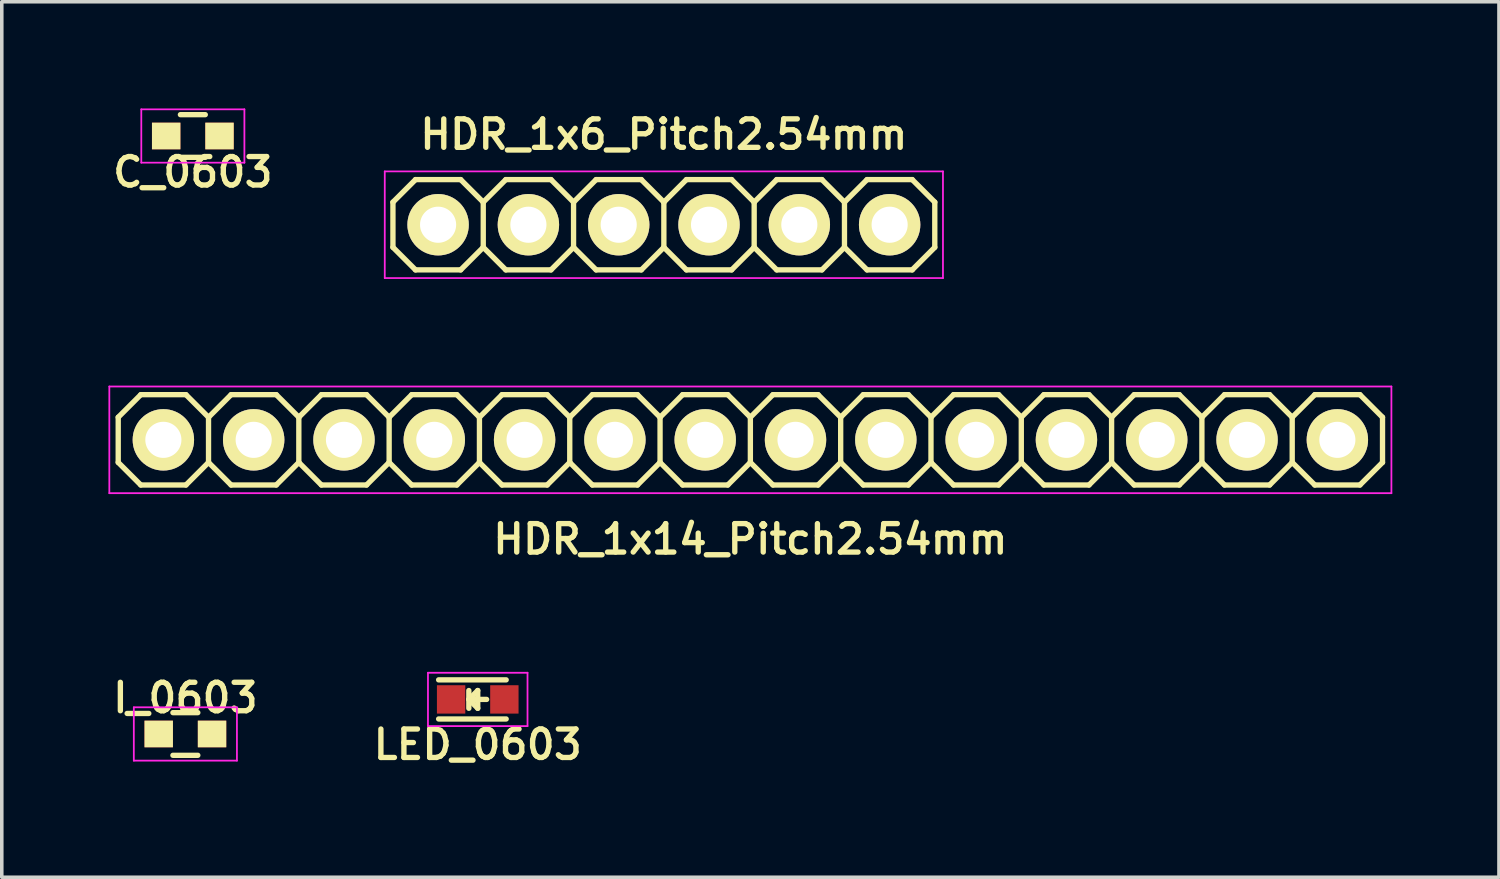
<source format=kicad_pcb>
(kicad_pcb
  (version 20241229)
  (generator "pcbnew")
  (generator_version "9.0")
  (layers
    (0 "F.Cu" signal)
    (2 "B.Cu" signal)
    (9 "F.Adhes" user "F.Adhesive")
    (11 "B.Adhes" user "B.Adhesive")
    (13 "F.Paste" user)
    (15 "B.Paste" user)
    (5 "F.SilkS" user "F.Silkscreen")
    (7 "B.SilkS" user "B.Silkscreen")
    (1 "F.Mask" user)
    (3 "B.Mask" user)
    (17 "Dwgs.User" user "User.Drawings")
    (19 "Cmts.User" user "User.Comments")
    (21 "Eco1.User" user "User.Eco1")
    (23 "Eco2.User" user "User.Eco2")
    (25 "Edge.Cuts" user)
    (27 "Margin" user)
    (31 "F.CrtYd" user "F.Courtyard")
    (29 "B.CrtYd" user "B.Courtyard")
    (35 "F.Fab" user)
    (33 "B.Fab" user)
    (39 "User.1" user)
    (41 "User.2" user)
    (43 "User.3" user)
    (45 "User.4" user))
  (footprint "LED_0603"
    (layer "F.Cu")
    (at 10.387 16.622)
    (property "Reference" "LED_0603" (at 0 1.27 0) (layer "F.SilkS") (effects (font (size 0.8 0.8) (thickness 0.15))))
    (attr smd)
    (fp_line (start -1.1 -0.55) (end 0.8 -0.55) (stroke (width 0.15) (type solid)) (layer "F.SilkS"))
    (fp_line (start -1.1 0.55) (end 0.8 0.55) (stroke (width 0.15) (type solid)) (layer "F.SilkS"))
    (fp_line (start -0.25 -0.25) (end -0.25 0.25) (stroke (width 0.15) (type solid)) (layer "F.SilkS"))
    (fp_line (start -0.25 0) (end 0 -0.25) (stroke (width 0.15) (type solid)) (layer "F.SilkS"))
    (fp_line (start -0.2 0) (end 0.25 0) (stroke (width 0.15) (type solid)) (layer "F.SilkS"))
    (fp_line (start 0 -0.25) (end 0 0.25) (stroke (width 0.15) (type solid)) (layer "F.SilkS"))
    (fp_line (start 0 0.25) (end -0.25 0) (stroke (width 0.15) (type solid)) (layer "F.SilkS"))
    (fp_line (start -1.4 -0.75) (end 1.4 -0.75) (stroke (width 0.05) (type solid)) (layer "F.CrtYd"))
    (fp_line (start -1.4 0.75) (end -1.4 -0.75) (stroke (width 0.05) (type solid)) (layer "F.CrtYd"))
    (fp_line (start 1.4 -0.75) (end 1.4 0.75) (stroke (width 0.05) (type solid)) (layer "F.CrtYd"))
    (fp_line (start 1.4 0.75) (end -1.4 0.75) (stroke (width 0.05) (type solid)) (layer "F.CrtYd"))
    (pad "1" smd rect (at -0.749 0 180) (size 0.798 0.798) (layers "F.Cu" "F.Mask" "F.Paste"))
    (pad "2" smd rect (at 0.749 0 180) (size 0.798 0.798) (layers "F.Cu" "F.Mask" "F.Paste")))
  (footprint "C_0603"
    (layer "F.Cu")
    (at 2.374 0.775)
    (property "Reference" "C_0603" (at 0 1.016 0) (layer "F.SilkS") (effects (font (size 0.8 0.8) (thickness 0.15))))
    (attr smd)
    (fp_line (start -0.35 -0.6) (end 0.35 -0.6) (stroke (width 0.15) (type solid)) (layer "F.SilkS"))
    (fp_line (start 0.35 0.6) (end -0.35 0.6) (stroke (width 0.15) (type solid)) (layer "F.SilkS"))
    (fp_line (start -1.45 -0.75) (end -1.45 0.75) (stroke (width 0.05) (type solid)) (layer "F.CrtYd"))
    (fp_line (start -1.45 -0.75) (end 1.45 -0.75) (stroke (width 0.05) (type solid)) (layer "F.CrtYd"))
    (fp_line (start -1.45 0.75) (end 1.45 0.75) (stroke (width 0.05) (type solid)) (layer "F.CrtYd"))
    (fp_line (start 1.45 -0.75) (end 1.45 0.75) (stroke (width 0.05) (type solid)) (layer "F.CrtYd"))
    (pad "1" smd rect (at -0.75 0) (size 0.8 0.75) (layers "F.Cu" "F.Mask" "F.SilkS" "F.Paste"))
    (pad "2" smd rect (at 0.75 0) (size 0.8 0.75) (layers "F.Cu" "F.Mask" "F.SilkS" "F.Paste")))
  (footprint "HDR_1x6_Pitch2.54mm"
    (layer "F.Cu")
    (at 15.622 3.271)
    (property "Reference" "HDR_1x6_Pitch2.54mm" (at 0 -2.54 0) (layer "F.SilkS") (effects (font (size 0.8 0.8) (thickness 0.15))))
    (attr through_hole)
    (fp_line (start -7.62 -0.635) (end -7.62 0.635) (stroke (width 0.15) (type solid)) (layer "F.SilkS"))
    (fp_line (start -7.62 0.635) (end -6.985 1.27) (stroke (width 0.15) (type solid)) (layer "F.SilkS"))
    (fp_line (start -6.985 -1.27) (end -7.62 -0.635) (stroke (width 0.15) (type solid)) (layer "F.SilkS"))
    (fp_line (start -6.985 1.27) (end -5.715 1.27) (stroke (width 0.15) (type solid)) (layer "F.SilkS"))
    (fp_line (start -5.715 -1.27) (end -6.985 -1.27) (stroke (width 0.15) (type solid)) (layer "F.SilkS"))
    (fp_line (start -5.715 1.27) (end -5.08 0.635) (stroke (width 0.15) (type solid)) (layer "F.SilkS"))
    (fp_line (start -5.08 -0.635) (end -5.715 -1.27) (stroke (width 0.15) (type solid)) (layer "F.SilkS"))
    (fp_line (start -5.08 -0.635) (end -5.08 0.635) (stroke (width 0.15) (type solid)) (layer "F.SilkS"))
    (fp_line (start -5.08 0.635) (end -4.445 1.27) (stroke (width 0.15) (type solid)) (layer "F.SilkS"))
    (fp_line (start -4.445 -1.27) (end -5.08 -0.635) (stroke (width 0.15) (type solid)) (layer "F.SilkS"))
    (fp_line (start -4.445 1.27) (end -3.175 1.27) (stroke (width 0.15) (type solid)) (layer "F.SilkS"))
    (fp_line (start -3.175 -1.27) (end -4.445 -1.27) (stroke (width 0.15) (type solid)) (layer "F.SilkS"))
    (fp_line (start -3.175 1.27) (end -2.54 0.635) (stroke (width 0.15) (type solid)) (layer "F.SilkS"))
    (fp_line (start -2.54 -0.635) (end -3.175 -1.27) (stroke (width 0.15) (type solid)) (layer "F.SilkS"))
    (fp_line (start -2.54 -0.635) (end -2.54 0.635) (stroke (width 0.15) (type solid)) (layer "F.SilkS"))
    (fp_line (start -2.54 0.635) (end -1.905 1.27) (stroke (width 0.15) (type solid)) (layer "F.SilkS"))
    (fp_line (start -1.905 -1.27) (end -2.54 -0.635) (stroke (width 0.15) (type solid)) (layer "F.SilkS"))
    (fp_line (start -1.905 1.27) (end -0.635 1.27) (stroke (width 0.15) (type solid)) (layer "F.SilkS"))
    (fp_line (start -0.635 -1.27) (end -1.905 -1.27) (stroke (width 0.15) (type solid)) (layer "F.SilkS"))
    (fp_line (start -0.635 1.27) (end 0 0.635) (stroke (width 0.15) (type solid)) (layer "F.SilkS"))
    (fp_line (start 0 -0.635) (end -0.635 -1.27) (stroke (width 0.15) (type solid)) (layer "F.SilkS"))
    (fp_line (start 0 -0.635) (end 0 0.635) (stroke (width 0.15) (type solid)) (layer "F.SilkS"))
    (fp_line (start 0 0.635) (end 0.635 1.27) (stroke (width 0.15) (type solid)) (layer "F.SilkS"))
    (fp_line (start 0.635 -1.27) (end 0 -0.635) (stroke (width 0.15) (type solid)) (layer "F.SilkS"))
    (fp_line (start 0.635 1.27) (end 1.905 1.27) (stroke (width 0.15) (type solid)) (layer "F.SilkS"))
    (fp_line (start 1.905 -1.27) (end 0.635 -1.27) (stroke (width 0.15) (type solid)) (layer "F.SilkS"))
    (fp_line (start 1.905 1.27) (end 2.54 0.635) (stroke (width 0.15) (type solid)) (layer "F.SilkS"))
    (fp_line (start 2.54 -0.635) (end 1.905 -1.27) (stroke (width 0.15) (type solid)) (layer "F.SilkS"))
    (fp_line (start 2.54 -0.635) (end 2.54 0.635) (stroke (width 0.15) (type solid)) (layer "F.SilkS"))
    (fp_line (start 2.54 0.635) (end 3.175 1.27) (stroke (width 0.15) (type solid)) (layer "F.SilkS"))
    (fp_line (start 3.175 -1.27) (end 2.54 -0.635) (stroke (width 0.15) (type solid)) (layer "F.SilkS"))
    (fp_line (start 3.175 1.27) (end 4.445 1.27) (stroke (width 0.15) (type solid)) (layer "F.SilkS"))
    (fp_line (start 4.445 -1.27) (end 3.175 -1.27) (stroke (width 0.15) (type solid)) (layer "F.SilkS"))
    (fp_line (start 4.445 1.27) (end 5.08 0.635) (stroke (width 0.15) (type solid)) (layer "F.SilkS"))
    (fp_line (start 5.08 -0.635) (end 4.445 -1.27) (stroke (width 0.15) (type solid)) (layer "F.SilkS"))
    (fp_line (start 5.08 -0.635) (end 5.08 0.635) (stroke (width 0.15) (type solid)) (layer "F.SilkS"))
    (fp_line (start 5.08 0.635) (end 5.715 1.27) (stroke (width 0.15) (type solid)) (layer "F.SilkS"))
    (fp_line (start 5.715 -1.27) (end 5.08 -0.635) (stroke (width 0.15) (type solid)) (layer "F.SilkS"))
    (fp_line (start 5.715 1.27) (end 6.985 1.27) (stroke (width 0.15) (type solid)) (layer "F.SilkS"))
    (fp_line (start 6.985 -1.27) (end 5.715 -1.27) (stroke (width 0.15) (type solid)) (layer "F.SilkS"))
    (fp_line (start 6.985 1.27) (end 7.62 0.635) (stroke (width 0.15) (type solid)) (layer "F.SilkS"))
    (fp_line (start 7.62 -0.635) (end 6.985 -1.27) (stroke (width 0.15) (type solid)) (layer "F.SilkS"))
    (fp_line (start 7.62 0.635) (end 7.62 -0.635) (stroke (width 0.15) (type solid)) (layer "F.SilkS"))
    (fp_line (start -7.85 -1.5) (end -7.85 1.5) (stroke (width 0.05) (type solid)) (layer "F.CrtYd"))
    (fp_line (start -7.85 1.5) (end 7.85 1.5) (stroke (width 0.05) (type solid)) (layer "F.CrtYd"))
    (fp_line (start 7.85 -1.5) (end -7.85 -1.5) (stroke (width 0.05) (type solid)) (layer "F.CrtYd"))
    (fp_line (start 7.85 1.5) (end 7.85 -1.5) (stroke (width 0.05) (type solid)) (layer "F.CrtYd"))
    (pad "1" thru_hole oval (at -6.35 0) (size 1.727 1.727) (drill 1.016) (layers "*.Cu" "*.Mask" "F.SilkS"))
    (pad "2" thru_hole oval (at -3.81 0) (size 1.727 1.727) (drill 1.016) (layers "*.Cu" "*.Mask" "F.SilkS"))
    (pad "3" thru_hole oval (at -1.27 0) (size 1.727 1.727) (drill 1.016) (layers "*.Cu" "*.Mask" "F.SilkS"))
    (pad "4" thru_hole oval (at 1.27 0) (size 1.727 1.727) (drill 1.016) (layers "*.Cu" "*.Mask" "F.SilkS"))
    (pad "5" thru_hole oval (at 3.81 0) (size 1.727 1.727) (drill 1.016) (layers "*.Cu" "*.Mask" "F.SilkS"))
    (pad "6" thru_hole oval (at 6.35 0) (size 1.727 1.727) (drill 1.016) (layers "*.Cu" "*.Mask" "F.SilkS")))
  (footprint "I_0603"
    (layer "F.Cu")
    (at 2.164 17.594)
    (property "Reference" "I_0603" (at 0 -1.016 0) (layer "F.SilkS") (effects (font (size 0.8 0.8) (thickness 0.15))))
    (attr smd)
    (fp_line (start -0.35 -0.6) (end 0.35 -0.6) (stroke (width 0.15) (type solid)) (layer "F.SilkS"))
    (fp_line (start 0.35 0.6) (end -0.35 0.6) (stroke (width 0.15) (type solid)) (layer "F.SilkS"))
    (fp_line (start -1.45 -0.75) (end -1.45 0.75) (stroke (width 0.05) (type solid)) (layer "F.CrtYd"))
    (fp_line (start -1.45 -0.75) (end 1.45 -0.75) (stroke (width 0.05) (type solid)) (layer "F.CrtYd"))
    (fp_line (start -1.45 0.75) (end 1.45 0.75) (stroke (width 0.05) (type solid)) (layer "F.CrtYd"))
    (fp_line (start 1.45 -0.75) (end 1.45 0.75) (stroke (width 0.05) (type solid)) (layer "F.CrtYd"))
    (pad "1" smd rect (at -0.75 0) (size 0.8 0.75) (layers "F.Cu" "F.Mask" "F.SilkS" "F.Paste"))
    (pad "2" smd rect (at 0.75 0) (size 0.8 0.75) (layers "F.Cu" "F.Mask" "F.SilkS" "F.Paste")))
  (footprint "HDR_1x14_Pitch2.54mm"
    (layer "F.Cu")
    (at 18.055 9.321)
    (property "Reference" "HDR_1x14_Pitch2.54mm" (at 0 2.794 0) (layer "F.SilkS") (effects (font (size 0.8 0.8) (thickness 0.15))))
    (attr through_hole)
    (fp_line (start -17.78 -0.635) (end -17.78 0.635) (stroke (width 0.15) (type solid)) (layer "F.SilkS"))
    (fp_line (start -17.78 0.635) (end -17.145 1.27) (stroke (width 0.15) (type solid)) (layer "F.SilkS"))
    (fp_line (start -17.145 -1.27) (end -17.78 -0.635) (stroke (width 0.15) (type solid)) (layer "F.SilkS"))
    (fp_line (start -17.145 1.27) (end -15.875 1.27) (stroke (width 0.15) (type solid)) (layer "F.SilkS"))
    (fp_line (start -15.875 -1.27) (end -17.145 -1.27) (stroke (width 0.15) (type solid)) (layer "F.SilkS"))
    (fp_line (start -15.875 1.27) (end -15.24 0.635) (stroke (width 0.15) (type solid)) (layer "F.SilkS"))
    (fp_line (start -15.24 -0.635) (end -15.875 -1.27) (stroke (width 0.15) (type solid)) (layer "F.SilkS"))
    (fp_line (start -15.24 -0.635) (end -15.24 0.635) (stroke (width 0.15) (type solid)) (layer "F.SilkS"))
    (fp_line (start -15.24 -0.635) (end -14.605 -1.27) (stroke (width 0.15) (type solid)) (layer "F.SilkS"))
    (fp_line (start -14.605 -1.27) (end -13.335 -1.27) (stroke (width 0.15) (type solid)) (layer "F.SilkS"))
    (fp_line (start -14.605 1.27) (end -15.24 0.635) (stroke (width 0.15) (type solid)) (layer "F.SilkS"))
    (fp_line (start -13.335 -1.27) (end -12.7 -0.635) (stroke (width 0.15) (type solid)) (layer "F.SilkS"))
    (fp_line (start -13.335 1.27) (end -14.605 1.27) (stroke (width 0.15) (type solid)) (layer "F.SilkS"))
    (fp_line (start -12.7 -0.635) (end -12.7 0.635) (stroke (width 0.15) (type solid)) (layer "F.SilkS"))
    (fp_line (start -12.7 -0.635) (end -12.065 -1.27) (stroke (width 0.15) (type solid)) (layer "F.SilkS"))
    (fp_line (start -12.7 0.635) (end -13.335 1.27) (stroke (width 0.15) (type solid)) (layer "F.SilkS"))
    (fp_line (start -12.065 -1.27) (end -10.795 -1.27) (stroke (width 0.15) (type solid)) (layer "F.SilkS"))
    (fp_line (start -12.065 1.27) (end -12.7 0.635) (stroke (width 0.15) (type solid)) (layer "F.SilkS"))
    (fp_line (start -10.795 -1.27) (end -10.16 -0.635) (stroke (width 0.15) (type solid)) (layer "F.SilkS"))
    (fp_line (start -10.795 1.27) (end -12.065 1.27) (stroke (width 0.15) (type solid)) (layer "F.SilkS"))
    (fp_line (start -10.16 -0.635) (end -10.16 0.635) (stroke (width 0.15) (type solid)) (layer "F.SilkS"))
    (fp_line (start -10.16 -0.635) (end -9.525 -1.27) (stroke (width 0.15) (type solid)) (layer "F.SilkS"))
    (fp_line (start -10.16 0.635) (end -10.795 1.27) (stroke (width 0.15) (type solid)) (layer "F.SilkS"))
    (fp_line (start -9.525 -1.27) (end -8.255 -1.27) (stroke (width 0.15) (type solid)) (layer "F.SilkS"))
    (fp_line (start -9.525 1.27) (end -10.16 0.635) (stroke (width 0.15) (type solid)) (layer "F.SilkS"))
    (fp_line (start -8.255 -1.27) (end -7.62 -0.635) (stroke (width 0.15) (type solid)) (layer "F.SilkS"))
    (fp_line (start -8.255 1.27) (end -9.525 1.27) (stroke (width 0.15) (type solid)) (layer "F.SilkS"))
    (fp_line (start -7.62 -0.635) (end -7.62 0.635) (stroke (width 0.15) (type solid)) (layer "F.SilkS"))
    (fp_line (start -7.62 -0.635) (end -6.985 -1.27) (stroke (width 0.15) (type solid)) (layer "F.SilkS"))
    (fp_line (start -7.62 0.635) (end -8.255 1.27) (stroke (width 0.15) (type solid)) (layer "F.SilkS"))
    (fp_line (start -6.985 -1.27) (end -5.715 -1.27) (stroke (width 0.15) (type solid)) (layer "F.SilkS"))
    (fp_line (start -6.985 1.27) (end -7.62 0.635) (stroke (width 0.15) (type solid)) (layer "F.SilkS"))
    (fp_line (start -5.715 -1.27) (end -5.08 -0.635) (stroke (width 0.15) (type solid)) (layer "F.SilkS"))
    (fp_line (start -5.715 1.27) (end -6.985 1.27) (stroke (width 0.15) (type solid)) (layer "F.SilkS"))
    (fp_line (start -5.08 -0.635) (end -5.08 0.635) (stroke (width 0.15) (type solid)) (layer "F.SilkS"))
    (fp_line (start -5.08 -0.635) (end -4.445 -1.27) (stroke (width 0.15) (type solid)) (layer "F.SilkS"))
    (fp_line (start -5.08 0.635) (end -5.715 1.27) (stroke (width 0.15) (type solid)) (layer "F.SilkS"))
    (fp_line (start -4.445 -1.27) (end -3.175 -1.27) (stroke (width 0.15) (type solid)) (layer "F.SilkS"))
    (fp_line (start -4.445 1.27) (end -5.08 0.635) (stroke (width 0.15) (type solid)) (layer "F.SilkS"))
    (fp_line (start -3.175 -1.27) (end -2.54 -0.635) (stroke (width 0.15) (type solid)) (layer "F.SilkS"))
    (fp_line (start -3.175 1.27) (end -4.445 1.27) (stroke (width 0.15) (type solid)) (layer "F.SilkS"))
    (fp_line (start -2.54 -0.635) (end -2.54 0.635) (stroke (width 0.15) (type solid)) (layer "F.SilkS"))
    (fp_line (start -2.54 -0.635) (end -1.905 -1.27) (stroke (width 0.15) (type solid)) (layer "F.SilkS"))
    (fp_line (start -2.54 0.635) (end -3.175 1.27) (stroke (width 0.15) (type solid)) (layer "F.SilkS"))
    (fp_line (start -1.905 -1.27) (end -0.635 -1.27) (stroke (width 0.15) (type solid)) (layer "F.SilkS"))
    (fp_line (start -1.905 1.27) (end -2.54 0.635) (stroke (width 0.15) (type solid)) (layer "F.SilkS"))
    (fp_line (start -0.635 -1.27) (end 0 -0.635) (stroke (width 0.15) (type solid)) (layer "F.SilkS"))
    (fp_line (start -0.635 1.27) (end -1.905 1.27) (stroke (width 0.15) (type solid)) (layer "F.SilkS"))
    (fp_line (start 0 -0.635) (end 0 0.635) (stroke (width 0.15) (type solid)) (layer "F.SilkS"))
    (fp_line (start 0 -0.635) (end 0.635 -1.27) (stroke (width 0.15) (type solid)) (layer "F.SilkS"))
    (fp_line (start 0 0.635) (end -0.635 1.27) (stroke (width 0.15) (type solid)) (layer "F.SilkS"))
    (fp_line (start 0.635 -1.27) (end 1.905 -1.27) (stroke (width 0.15) (type solid)) (layer "F.SilkS"))
    (fp_line (start 0.635 1.27) (end 0 0.635) (stroke (width 0.15) (type solid)) (layer "F.SilkS"))
    (fp_line (start 1.905 -1.27) (end 2.54 -0.635) (stroke (width 0.15) (type solid)) (layer "F.SilkS"))
    (fp_line (start 1.905 1.27) (end 0.635 1.27) (stroke (width 0.15) (type solid)) (layer "F.SilkS"))
    (fp_line (start 2.54 -0.635) (end 2.54 0.635) (stroke (width 0.15) (type solid)) (layer "F.SilkS"))
    (fp_line (start 2.54 -0.635) (end 3.175 -1.27) (stroke (width 0.15) (type solid)) (layer "F.SilkS"))
    (fp_line (start 2.54 0.635) (end 1.905 1.27) (stroke (width 0.15) (type solid)) (layer "F.SilkS"))
    (fp_line (start 3.175 -1.27) (end 4.445 -1.27) (stroke (width 0.15) (type solid)) (layer "F.SilkS"))
    (fp_line (start 3.175 1.27) (end 2.54 0.635) (stroke (width 0.15) (type solid)) (layer "F.SilkS"))
    (fp_line (start 4.445 -1.27) (end 5.08 -0.635) (stroke (width 0.15) (type solid)) (layer "F.SilkS"))
    (fp_line (start 4.445 1.27) (end 3.175 1.27) (stroke (width 0.15) (type solid)) (layer "F.SilkS"))
    (fp_line (start 5.08 -0.635) (end 5.08 0.635) (stroke (width 0.15) (type solid)) (layer "F.SilkS"))
    (fp_line (start 5.08 -0.635) (end 5.715 -1.27) (stroke (width 0.15) (type solid)) (layer "F.SilkS"))
    (fp_line (start 5.08 0.635) (end 4.445 1.27) (stroke (width 0.15) (type solid)) (layer "F.SilkS"))
    (fp_line (start 5.715 -1.27) (end 6.985 -1.27) (stroke (width 0.15) (type solid)) (layer "F.SilkS"))
    (fp_line (start 5.715 1.27) (end 5.08 0.635) (stroke (width 0.15) (type solid)) (layer "F.SilkS"))
    (fp_line (start 6.985 -1.27) (end 7.62 -0.635) (stroke (width 0.15) (type solid)) (layer "F.SilkS"))
    (fp_line (start 6.985 1.27) (end 5.715 1.27) (stroke (width 0.15) (type solid)) (layer "F.SilkS"))
    (fp_line (start 7.62 -0.635) (end 7.62 0.635) (stroke (width 0.15) (type solid)) (layer "F.SilkS"))
    (fp_line (start 7.62 -0.635) (end 8.255 -1.27) (stroke (width 0.15) (type solid)) (layer "F.SilkS"))
    (fp_line (start 7.62 0.635) (end 6.985 1.27) (stroke (width 0.15) (type solid)) (layer "F.SilkS"))
    (fp_line (start 7.62 0.635) (end 8.255 1.27) (stroke (width 0.15) (type solid)) (layer "F.SilkS"))
    (fp_line (start 8.255 -1.27) (end 9.525 -1.27) (stroke (width 0.15) (type solid)) (layer "F.SilkS"))
    (fp_line (start 8.255 1.27) (end 9.525 1.27) (stroke (width 0.15) (type solid)) (layer "F.SilkS"))
    (fp_line (start 9.525 -1.27) (end 10.16 -0.635) (stroke (width 0.15) (type solid)) (layer "F.SilkS"))
    (fp_line (start 9.525 1.27) (end 10.16 0.635) (stroke (width 0.15) (type solid)) (layer "F.SilkS"))
    (fp_line (start 10.16 -0.635) (end 10.16 0.635) (stroke (width 0.15) (type solid)) (layer "F.SilkS"))
    (fp_line (start 10.16 -0.635) (end 10.795 -1.27) (stroke (width 0.15) (type solid)) (layer "F.SilkS"))
    (fp_line (start 10.16 0.635) (end 10.795 1.27) (stroke (width 0.15) (type solid)) (layer "F.SilkS"))
    (fp_line (start 10.795 -1.27) (end 12.065 -1.27) (stroke (width 0.15) (type solid)) (layer "F.SilkS"))
    (fp_line (start 10.795 1.27) (end 12.065 1.27) (stroke (width 0.15) (type solid)) (layer "F.SilkS"))
    (fp_line (start 12.065 -1.27) (end 12.7 -0.635) (stroke (width 0.15) (type solid)) (layer "F.SilkS"))
    (fp_line (start 12.065 1.27) (end 12.7 0.635) (stroke (width 0.15) (type solid)) (layer "F.SilkS"))
    (fp_line (start 12.7 -0.635) (end 12.7 0.635) (stroke (width 0.15) (type solid)) (layer "F.SilkS"))
    (fp_line (start 12.7 -0.635) (end 13.335 -1.27) (stroke (width 0.15) (type solid)) (layer "F.SilkS"))
    (fp_line (start 12.7 0.635) (end 13.335 1.27) (stroke (width 0.15) (type solid)) (layer "F.SilkS"))
    (fp_line (start 13.335 -1.27) (end 14.605 -1.27) (stroke (width 0.15) (type solid)) (layer "F.SilkS"))
    (fp_line (start 13.335 1.27) (end 14.605 1.27) (stroke (width 0.15) (type solid)) (layer "F.SilkS"))
    (fp_line (start 14.605 -1.27) (end 15.24 -0.635) (stroke (width 0.15) (type solid)) (layer "F.SilkS"))
    (fp_line (start 14.605 1.27) (end 15.24 0.635) (stroke (width 0.15) (type solid)) (layer "F.SilkS"))
    (fp_line (start 15.24 -0.635) (end 15.24 0.635) (stroke (width 0.15) (type solid)) (layer "F.SilkS"))
    (fp_line (start 15.24 -0.635) (end 15.875 -1.27) (stroke (width 0.15) (type solid)) (layer "F.SilkS"))
    (fp_line (start 15.24 0.635) (end 15.875 1.27) (stroke (width 0.15) (type solid)) (layer "F.SilkS"))
    (fp_line (start 15.875 -1.27) (end 17.145 -1.27) (stroke (width 0.15) (type solid)) (layer "F.SilkS"))
    (fp_line (start 15.875 1.27) (end 17.145 1.27) (stroke (width 0.15) (type solid)) (layer "F.SilkS"))
    (fp_line (start 17.145 -1.27) (end 17.78 -0.635) (stroke (width 0.15) (type solid)) (layer "F.SilkS"))
    (fp_line (start 17.145 1.27) (end 17.78 0.635) (stroke (width 0.15) (type solid)) (layer "F.SilkS"))
    (fp_line (start 17.78 -0.635) (end 17.78 0.635) (stroke (width 0.15) (type solid)) (layer "F.SilkS"))
    (fp_line (start -18.03 -1.5) (end -18.03 1.5) (stroke (width 0.05) (type solid)) (layer "F.CrtYd"))
    (fp_line (start -18.03 1.5) (end 18.03 1.5) (stroke (width 0.05) (type solid)) (layer "F.CrtYd"))
    (fp_line (start 18.03 -1.5) (end -18.03 -1.5) (stroke (width 0.05) (type solid)) (layer "F.CrtYd"))
    (fp_line (start 18.03 1.5) (end 18.03 -1.5) (stroke (width 0.05) (type solid)) (layer "F.CrtYd"))
    (pad "1" thru_hole oval (at -16.51 0) (size 1.727 1.727) (drill 1.016) (layers "*.Cu" "*.Mask" "F.SilkS"))
    (pad "2" thru_hole oval (at -13.97 0) (size 1.727 1.727) (drill 1.016) (layers "*.Cu" "*.Mask" "F.SilkS"))
    (pad "3" thru_hole oval (at -11.43 0) (size 1.727 1.727) (drill 1.016) (layers "*.Cu" "*.Mask" "F.SilkS"))
    (pad "4" thru_hole oval (at -8.89 0) (size 1.727 1.727) (drill 1.016) (layers "*.Cu" "*.Mask" "F.SilkS"))
    (pad "5" thru_hole oval (at -6.35 0) (size 1.727 1.727) (drill 1.016) (layers "*.Cu" "*.Mask" "F.SilkS"))
    (pad "6" thru_hole oval (at -3.81 0) (size 1.727 1.727) (drill 1.016) (layers "*.Cu" "*.Mask" "F.SilkS"))
    (pad "7" thru_hole oval (at -1.27 0) (size 1.727 1.727) (drill 1.016) (layers "*.Cu" "*.Mask" "F.SilkS"))
    (pad "8" thru_hole oval (at 1.27 0) (size 1.727 1.727) (drill 1.016) (layers "*.Cu" "*.Mask" "F.SilkS"))
    (pad "9" thru_hole oval (at 3.81 0) (size 1.727 1.727) (drill 1.016) (layers "*.Cu" "*.Mask" "F.SilkS"))
    (pad "10" thru_hole oval (at 6.35 0) (size 1.727 1.727) (drill 1.016) (layers "*.Cu" "*.Mask" "F.SilkS"))
    (pad "11" thru_hole oval (at 8.89 0) (size 1.727 1.727) (drill 1.016) (layers "*.Cu" "*.Mask" "F.SilkS"))
    (pad "12" thru_hole oval (at 11.43 0) (size 1.727 1.727) (drill 1.016) (layers "*.Cu" "*.Mask" "F.SilkS"))
    (pad "13" thru_hole oval (at 13.97 0) (size 1.727 1.727) (drill 1.016) (layers "*.Cu" "*.Mask" "F.SilkS"))
    (pad "14" thru_hole oval (at 16.51 0) (size 1.727 1.727) (drill 1.016) (layers "*.Cu" "*.Mask" "F.SilkS")))
  (gr_rect
    (start -3 -3)
    (end 39.11 21.623)
    (stroke (width 0.1) (type default))
    (fill no)
    (layer "Edge.Cuts")))
</source>
